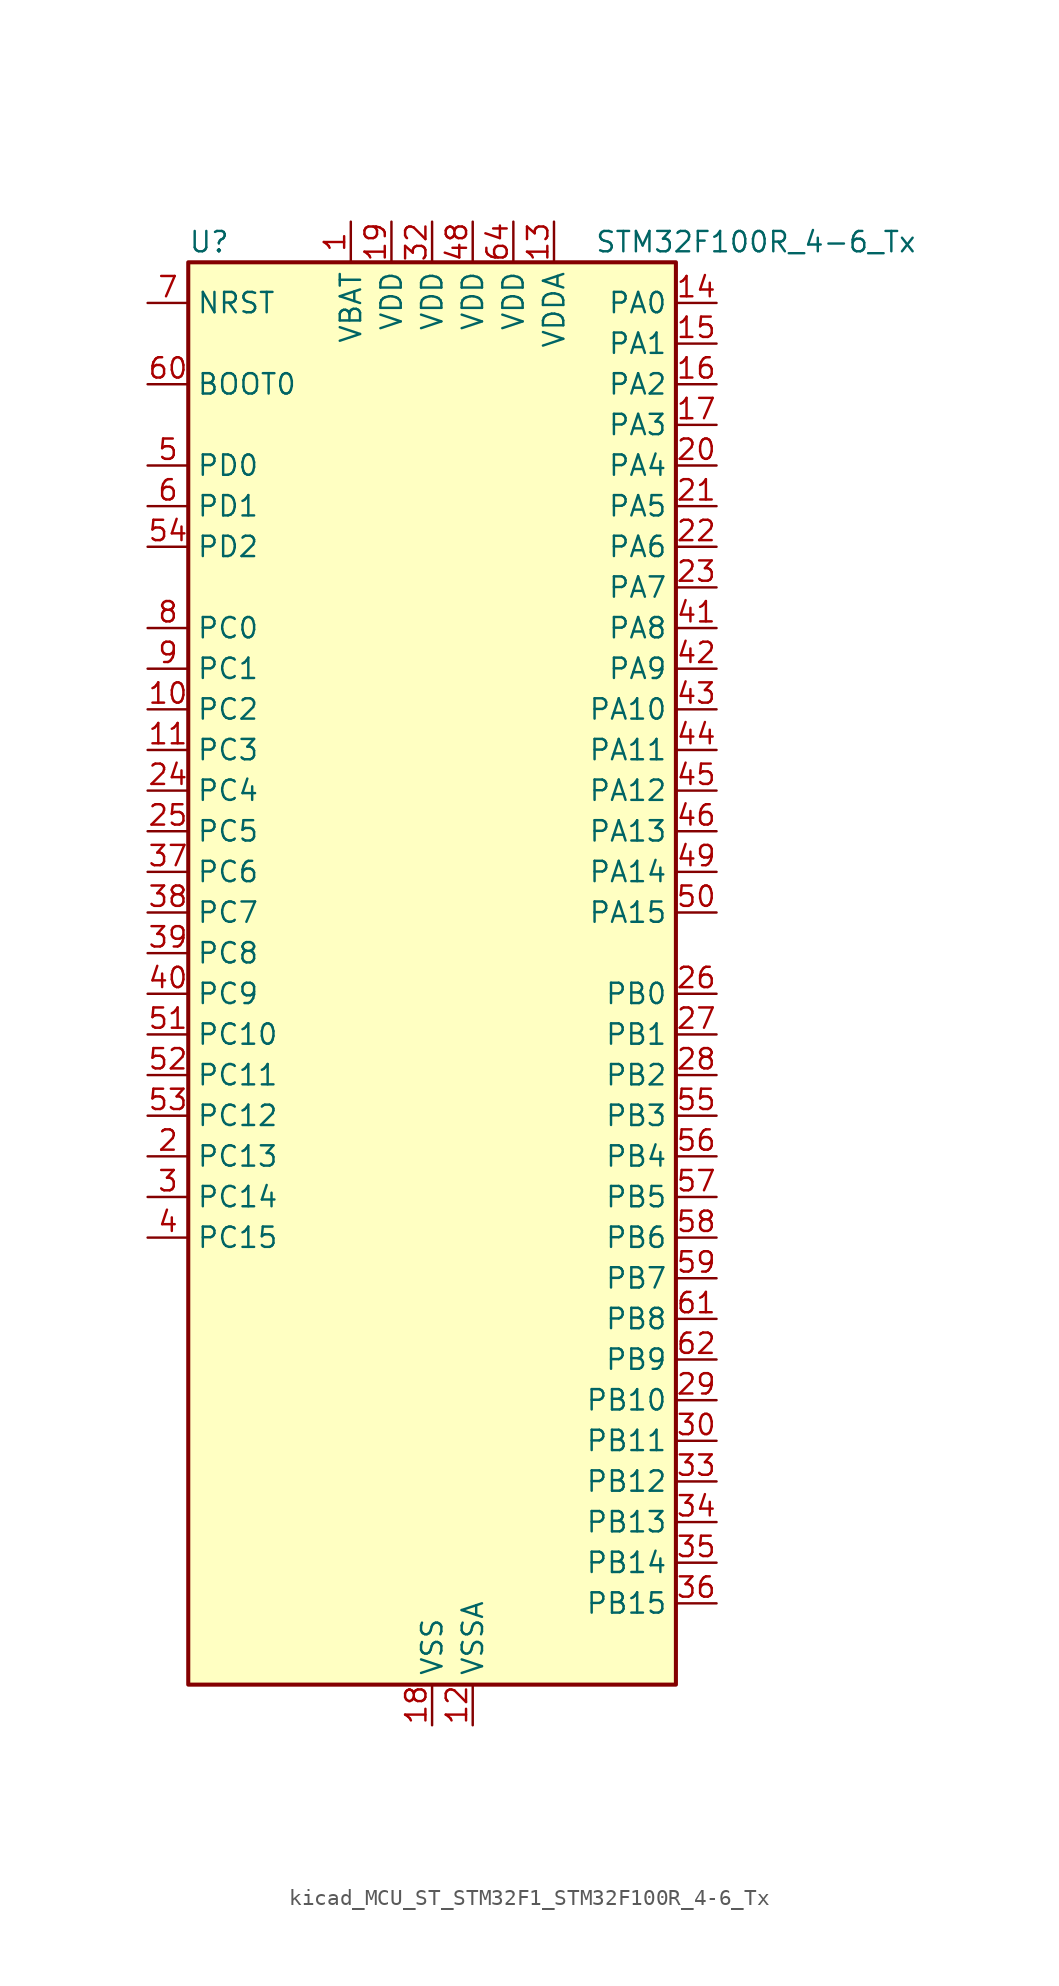
<source format=kicad_sym>
(kicad_symbol_lib
  (version 20220914)
  (generator kicad_symbol_editor)
  (symbol "kicad_MCU_ST_STM32F1_STM32F100R_4-6_Tx"
    (property "Reference" "U"
      (at -15.24 46.99 0)
      (effects (font (size 1.27 1.27)) (justify left)))
    (property "Value" "STM32F100R_4-6_Tx"
      (at 10.16 46.99 0)
      (effects (font (size 1.27 1.27)) (justify left)))
    (property "ki_locked" ""
      (at 0 0 0)
      (effects (font (size 1.27 1.27))))
    (symbol "kicad_MCU_ST_STM32F1_STM32F100R_4-6_Tx_0_1"
      (rectangle (start -15.24 -43.18) (end 15.24 45.72) (stroke (width 0.254) (type default)) (fill (type background))))
    (symbol "kicad_MCU_ST_STM32F1_STM32F100R_4-6_Tx_1_1"
      (pin power_in line (at -5.08 48.26 270) (length 2.54) (name "VBAT" (effects (font (size 1.27 1.27)))) (number "1" (effects (font (size 1.27 1.27)))))
      (pin bidirectional line (at -17.78 17.78 0) (length 2.54) (name "PC2" (effects (font (size 1.27 1.27)))) (number "10" (effects (font (size 1.27 1.27)))) (alternate "ADC1_IN12" bidirectional line))
      (pin bidirectional line (at -17.78 15.24 0) (length 2.54) (name "PC3" (effects (font (size 1.27 1.27)))) (number "11" (effects (font (size 1.27 1.27)))) (alternate "ADC1_IN13" bidirectional line))
      (pin power_in line (at 2.54 -45.72 90) (length 2.54) (name "VSSA" (effects (font (size 1.27 1.27)))) (number "12" (effects (font (size 1.27 1.27)))))
      (pin power_in line (at 7.62 48.26 270) (length 2.54) (name "VDDA" (effects (font (size 1.27 1.27)))) (number "13" (effects (font (size 1.27 1.27)))))
      (pin bidirectional line (at 17.78 43.18 180) (length 2.54) (name "PA0" (effects (font (size 1.27 1.27)))) (number "14" (effects (font (size 1.27 1.27)))) (alternate "ADC1_IN0" bidirectional line) (alternate "SYS_WKUP" bidirectional line) (alternate "TIM2_CH1" bidirectional line) (alternate "TIM2_ETR" bidirectional line) (alternate "USART2_CTS" bidirectional line))
      (pin bidirectional line (at 17.78 40.64 180) (length 2.54) (name "PA1" (effects (font (size 1.27 1.27)))) (number "15" (effects (font (size 1.27 1.27)))) (alternate "ADC1_IN1" bidirectional line) (alternate "TIM2_CH2" bidirectional line) (alternate "USART2_RTS" bidirectional line))
      (pin bidirectional line (at 17.78 38.1 180) (length 2.54) (name "PA2" (effects (font (size 1.27 1.27)))) (number "16" (effects (font (size 1.27 1.27)))) (alternate "ADC1_IN2" bidirectional line) (alternate "TIM15_CH1" bidirectional line) (alternate "TIM2_CH3" bidirectional line) (alternate "USART2_TX" bidirectional line))
      (pin bidirectional line (at 17.78 35.56 180) (length 2.54) (name "PA3" (effects (font (size 1.27 1.27)))) (number "17" (effects (font (size 1.27 1.27)))) (alternate "ADC1_IN3" bidirectional line) (alternate "TIM15_CH2" bidirectional line) (alternate "TIM2_CH4" bidirectional line) (alternate "USART2_RX" bidirectional line))
      (pin power_in line (at 0 -45.72 90) (length 2.54) (name "VSS" (effects (font (size 1.27 1.27)))) (number "18" (effects (font (size 1.27 1.27)))))
      (pin power_in line (at -2.54 48.26 270) (length 2.54) (name "VDD" (effects (font (size 1.27 1.27)))) (number "19" (effects (font (size 1.27 1.27)))))
      (pin bidirectional line (at -17.78 -10.16 0) (length 2.54) (name "PC13" (effects (font (size 1.27 1.27)))) (number "2" (effects (font (size 1.27 1.27)))) (alternate "RTC_OUT" bidirectional line) (alternate "RTC_TAMPER" bidirectional line))
      (pin bidirectional line (at 17.78 33.02 180) (length 2.54) (name "PA4" (effects (font (size 1.27 1.27)))) (number "20" (effects (font (size 1.27 1.27)))) (alternate "ADC1_IN4" bidirectional line) (alternate "DAC_OUT1" bidirectional line) (alternate "SPI1_NSS" bidirectional line) (alternate "USART2_CK" bidirectional line))
      (pin bidirectional line (at 17.78 30.48 180) (length 2.54) (name "PA5" (effects (font (size 1.27 1.27)))) (number "21" (effects (font (size 1.27 1.27)))) (alternate "ADC1_IN5" bidirectional line) (alternate "DAC_OUT2" bidirectional line) (alternate "SPI1_SCK" bidirectional line))
      (pin bidirectional line (at 17.78 27.94 180) (length 2.54) (name "PA6" (effects (font (size 1.27 1.27)))) (number "22" (effects (font (size 1.27 1.27)))) (alternate "ADC1_IN6" bidirectional line) (alternate "SPI1_MISO" bidirectional line) (alternate "TIM16_CH1" bidirectional line) (alternate "TIM1_BKIN" bidirectional line) (alternate "TIM3_CH1" bidirectional line))
      (pin bidirectional line (at 17.78 25.4 180) (length 2.54) (name "PA7" (effects (font (size 1.27 1.27)))) (number "23" (effects (font (size 1.27 1.27)))) (alternate "ADC1_IN7" bidirectional line) (alternate "SPI1_MOSI" bidirectional line) (alternate "TIM17_CH1" bidirectional line) (alternate "TIM1_CH1N" bidirectional line) (alternate "TIM3_CH2" bidirectional line))
      (pin bidirectional line (at -17.78 12.7 0) (length 2.54) (name "PC4" (effects (font (size 1.27 1.27)))) (number "24" (effects (font (size 1.27 1.27)))) (alternate "ADC1_IN14" bidirectional line))
      (pin bidirectional line (at -17.78 10.16 0) (length 2.54) (name "PC5" (effects (font (size 1.27 1.27)))) (number "25" (effects (font (size 1.27 1.27)))) (alternate "ADC1_IN15" bidirectional line))
      (pin bidirectional line (at 17.78 0 180) (length 2.54) (name "PB0" (effects (font (size 1.27 1.27)))) (number "26" (effects (font (size 1.27 1.27)))) (alternate "ADC1_IN8" bidirectional line) (alternate "TIM1_CH2N" bidirectional line) (alternate "TIM3_CH3" bidirectional line))
      (pin bidirectional line (at 17.78 -2.54 180) (length 2.54) (name "PB1" (effects (font (size 1.27 1.27)))) (number "27" (effects (font (size 1.27 1.27)))) (alternate "ADC1_IN9" bidirectional line) (alternate "TIM1_CH3N" bidirectional line) (alternate "TIM3_CH4" bidirectional line))
      (pin bidirectional line (at 17.78 -5.08 180) (length 2.54) (name "PB2" (effects (font (size 1.27 1.27)))) (number "28" (effects (font (size 1.27 1.27)))))
      (pin bidirectional line (at 17.78 -25.4 180) (length 2.54) (name "PB10" (effects (font (size 1.27 1.27)))) (number "29" (effects (font (size 1.27 1.27)))) (alternate "CEC" bidirectional line) (alternate "TIM2_CH3" bidirectional line))
      (pin bidirectional line (at -17.78 -12.7 0) (length 2.54) (name "PC14" (effects (font (size 1.27 1.27)))) (number "3" (effects (font (size 1.27 1.27)))) (alternate "RCC_OSC32_IN" bidirectional line))
      (pin bidirectional line (at 17.78 -27.94 180) (length 2.54) (name "PB11" (effects (font (size 1.27 1.27)))) (number "30" (effects (font (size 1.27 1.27)))) (alternate "ADC1_EXTI11" bidirectional line) (alternate "TIM2_CH4" bidirectional line))
      (pin passive line (at 0 -45.72 90) (length 2.54) hide (name "VSS" (effects (font (size 1.27 1.27)))) (number "31" (effects (font (size 1.27 1.27)))))
      (pin power_in line (at 0 48.26 270) (length 2.54) (name "VDD" (effects (font (size 1.27 1.27)))) (number "32" (effects (font (size 1.27 1.27)))))
      (pin bidirectional line (at 17.78 -30.48 180) (length 2.54) (name "PB12" (effects (font (size 1.27 1.27)))) (number "33" (effects (font (size 1.27 1.27)))) (alternate "TIM1_BKIN" bidirectional line))
      (pin bidirectional line (at 17.78 -33.02 180) (length 2.54) (name "PB13" (effects (font (size 1.27 1.27)))) (number "34" (effects (font (size 1.27 1.27)))) (alternate "TIM1_CH1N" bidirectional line))
      (pin bidirectional line (at 17.78 -35.56 180) (length 2.54) (name "PB14" (effects (font (size 1.27 1.27)))) (number "35" (effects (font (size 1.27 1.27)))) (alternate "TIM15_CH1" bidirectional line) (alternate "TIM1_CH2N" bidirectional line))
      (pin bidirectional line (at 17.78 -38.1 180) (length 2.54) (name "PB15" (effects (font (size 1.27 1.27)))) (number "36" (effects (font (size 1.27 1.27)))) (alternate "ADC1_EXTI15" bidirectional line) (alternate "TIM15_CH1N" bidirectional line) (alternate "TIM15_CH2" bidirectional line) (alternate "TIM1_CH3N" bidirectional line))
      (pin bidirectional line (at -17.78 7.62 0) (length 2.54) (name "PC6" (effects (font (size 1.27 1.27)))) (number "37" (effects (font (size 1.27 1.27)))) (alternate "TIM3_CH1" bidirectional line))
      (pin bidirectional line (at -17.78 5.08 0) (length 2.54) (name "PC7" (effects (font (size 1.27 1.27)))) (number "38" (effects (font (size 1.27 1.27)))) (alternate "TIM3_CH2" bidirectional line))
      (pin bidirectional line (at -17.78 2.54 0) (length 2.54) (name "PC8" (effects (font (size 1.27 1.27)))) (number "39" (effects (font (size 1.27 1.27)))) (alternate "TIM3_CH3" bidirectional line))
      (pin bidirectional line (at -17.78 -15.24 0) (length 2.54) (name "PC15" (effects (font (size 1.27 1.27)))) (number "4" (effects (font (size 1.27 1.27)))) (alternate "ADC1_EXTI15" bidirectional line) (alternate "RCC_OSC32_OUT" bidirectional line))
      (pin bidirectional line (at -17.78 0 0) (length 2.54) (name "PC9" (effects (font (size 1.27 1.27)))) (number "40" (effects (font (size 1.27 1.27)))) (alternate "DAC_EXTI9" bidirectional line) (alternate "TIM3_CH4" bidirectional line))
      (pin bidirectional line (at 17.78 22.86 180) (length 2.54) (name "PA8" (effects (font (size 1.27 1.27)))) (number "41" (effects (font (size 1.27 1.27)))) (alternate "RCC_MCO" bidirectional line) (alternate "TIM1_CH1" bidirectional line) (alternate "USART1_CK" bidirectional line))
      (pin bidirectional line (at 17.78 20.32 180) (length 2.54) (name "PA9" (effects (font (size 1.27 1.27)))) (number "42" (effects (font (size 1.27 1.27)))) (alternate "DAC_EXTI9" bidirectional line) (alternate "TIM15_BKIN" bidirectional line) (alternate "TIM1_CH2" bidirectional line) (alternate "USART1_TX" bidirectional line))
      (pin bidirectional line (at 17.78 17.78 180) (length 2.54) (name "PA10" (effects (font (size 1.27 1.27)))) (number "43" (effects (font (size 1.27 1.27)))) (alternate "TIM17_BKIN" bidirectional line) (alternate "TIM1_CH3" bidirectional line) (alternate "USART1_RX" bidirectional line))
      (pin bidirectional line (at 17.78 15.24 180) (length 2.54) (name "PA11" (effects (font (size 1.27 1.27)))) (number "44" (effects (font (size 1.27 1.27)))) (alternate "ADC1_EXTI11" bidirectional line) (alternate "TIM1_CH4" bidirectional line) (alternate "USART1_CTS" bidirectional line))
      (pin bidirectional line (at 17.78 12.7 180) (length 2.54) (name "PA12" (effects (font (size 1.27 1.27)))) (number "45" (effects (font (size 1.27 1.27)))) (alternate "TIM1_ETR" bidirectional line) (alternate "USART1_RTS" bidirectional line))
      (pin bidirectional line (at 17.78 10.16 180) (length 2.54) (name "PA13" (effects (font (size 1.27 1.27)))) (number "46" (effects (font (size 1.27 1.27)))) (alternate "SYS_JTMS-SWDIO" bidirectional line))
      (pin passive line (at 0 -45.72 90) (length 2.54) hide (name "VSS" (effects (font (size 1.27 1.27)))) (number "47" (effects (font (size 1.27 1.27)))))
      (pin power_in line (at 2.54 48.26 270) (length 2.54) (name "VDD" (effects (font (size 1.27 1.27)))) (number "48" (effects (font (size 1.27 1.27)))))
      (pin bidirectional line (at 17.78 7.62 180) (length 2.54) (name "PA14" (effects (font (size 1.27 1.27)))) (number "49" (effects (font (size 1.27 1.27)))) (alternate "SYS_JTCK-SWCLK" bidirectional line))
      (pin bidirectional line (at -17.78 33.02 0) (length 2.54) (name "PD0" (effects (font (size 1.27 1.27)))) (number "5" (effects (font (size 1.27 1.27)))) (alternate "RCC_OSC_IN" bidirectional line))
      (pin bidirectional line (at 17.78 5.08 180) (length 2.54) (name "PA15" (effects (font (size 1.27 1.27)))) (number "50" (effects (font (size 1.27 1.27)))) (alternate "ADC1_EXTI15" bidirectional line) (alternate "SPI1_NSS" bidirectional line) (alternate "SYS_JTDI" bidirectional line) (alternate "TIM2_CH1" bidirectional line) (alternate "TIM2_ETR" bidirectional line))
      (pin bidirectional line (at -17.78 -2.54 0) (length 2.54) (name "PC10" (effects (font (size 1.27 1.27)))) (number "51" (effects (font (size 1.27 1.27)))))
      (pin bidirectional line (at -17.78 -5.08 0) (length 2.54) (name "PC11" (effects (font (size 1.27 1.27)))) (number "52" (effects (font (size 1.27 1.27)))) (alternate "ADC1_EXTI11" bidirectional line))
      (pin bidirectional line (at -17.78 -7.62 0) (length 2.54) (name "PC12" (effects (font (size 1.27 1.27)))) (number "53" (effects (font (size 1.27 1.27)))))
      (pin bidirectional line (at -17.78 27.94 0) (length 2.54) (name "PD2" (effects (font (size 1.27 1.27)))) (number "54" (effects (font (size 1.27 1.27)))) (alternate "TIM3_ETR" bidirectional line))
      (pin bidirectional line (at 17.78 -7.62 180) (length 2.54) (name "PB3" (effects (font (size 1.27 1.27)))) (number "55" (effects (font (size 1.27 1.27)))) (alternate "SPI1_SCK" bidirectional line) (alternate "SYS_JTDO-TRACESWO" bidirectional line) (alternate "TIM2_CH2" bidirectional line))
      (pin bidirectional line (at 17.78 -10.16 180) (length 2.54) (name "PB4" (effects (font (size 1.27 1.27)))) (number "56" (effects (font (size 1.27 1.27)))) (alternate "SPI1_MISO" bidirectional line) (alternate "SYS_NJTRST" bidirectional line) (alternate "TIM3_CH1" bidirectional line))
      (pin bidirectional line (at 17.78 -12.7 180) (length 2.54) (name "PB5" (effects (font (size 1.27 1.27)))) (number "57" (effects (font (size 1.27 1.27)))) (alternate "I2C1_SMBA" bidirectional line) (alternate "SPI1_MOSI" bidirectional line) (alternate "TIM16_BKIN" bidirectional line) (alternate "TIM3_CH2" bidirectional line))
      (pin bidirectional line (at 17.78 -15.24 180) (length 2.54) (name "PB6" (effects (font (size 1.27 1.27)))) (number "58" (effects (font (size 1.27 1.27)))) (alternate "I2C1_SCL" bidirectional line) (alternate "TIM16_CH1N" bidirectional line) (alternate "USART1_TX" bidirectional line))
      (pin bidirectional line (at 17.78 -17.78 180) (length 2.54) (name "PB7" (effects (font (size 1.27 1.27)))) (number "59" (effects (font (size 1.27 1.27)))) (alternate "I2C1_SDA" bidirectional line) (alternate "TIM17_CH1N" bidirectional line) (alternate "USART1_RX" bidirectional line))
      (pin bidirectional line (at -17.78 30.48 0) (length 2.54) (name "PD1" (effects (font (size 1.27 1.27)))) (number "6" (effects (font (size 1.27 1.27)))) (alternate "RCC_OSC_OUT" bidirectional line))
      (pin input line (at -17.78 38.1 0) (length 2.54) (name "BOOT0" (effects (font (size 1.27 1.27)))) (number "60" (effects (font (size 1.27 1.27)))))
      (pin bidirectional line (at 17.78 -20.32 180) (length 2.54) (name "PB8" (effects (font (size 1.27 1.27)))) (number "61" (effects (font (size 1.27 1.27)))) (alternate "CEC" bidirectional line) (alternate "I2C1_SCL" bidirectional line) (alternate "TIM16_CH1" bidirectional line))
      (pin bidirectional line (at 17.78 -22.86 180) (length 2.54) (name "PB9" (effects (font (size 1.27 1.27)))) (number "62" (effects (font (size 1.27 1.27)))) (alternate "DAC_EXTI9" bidirectional line) (alternate "I2C1_SDA" bidirectional line) (alternate "TIM17_CH1" bidirectional line))
      (pin passive line (at 0 -45.72 90) (length 2.54) hide (name "VSS" (effects (font (size 1.27 1.27)))) (number "63" (effects (font (size 1.27 1.27)))))
      (pin power_in line (at 5.08 48.26 270) (length 2.54) (name "VDD" (effects (font (size 1.27 1.27)))) (number "64" (effects (font (size 1.27 1.27)))))
      (pin input line (at -17.78 43.18 0) (length 2.54) (name "NRST" (effects (font (size 1.27 1.27)))) (number "7" (effects (font (size 1.27 1.27)))))
      (pin bidirectional line (at -17.78 22.86 0) (length 2.54) (name "PC0" (effects (font (size 1.27 1.27)))) (number "8" (effects (font (size 1.27 1.27)))) (alternate "ADC1_IN10" bidirectional line))
      (pin bidirectional line (at -17.78 20.32 0) (length 2.54) (name "PC1" (effects (font (size 1.27 1.27)))) (number "9" (effects (font (size 1.27 1.27)))) (alternate "ADC1_IN11" bidirectional line)))))
</source>
